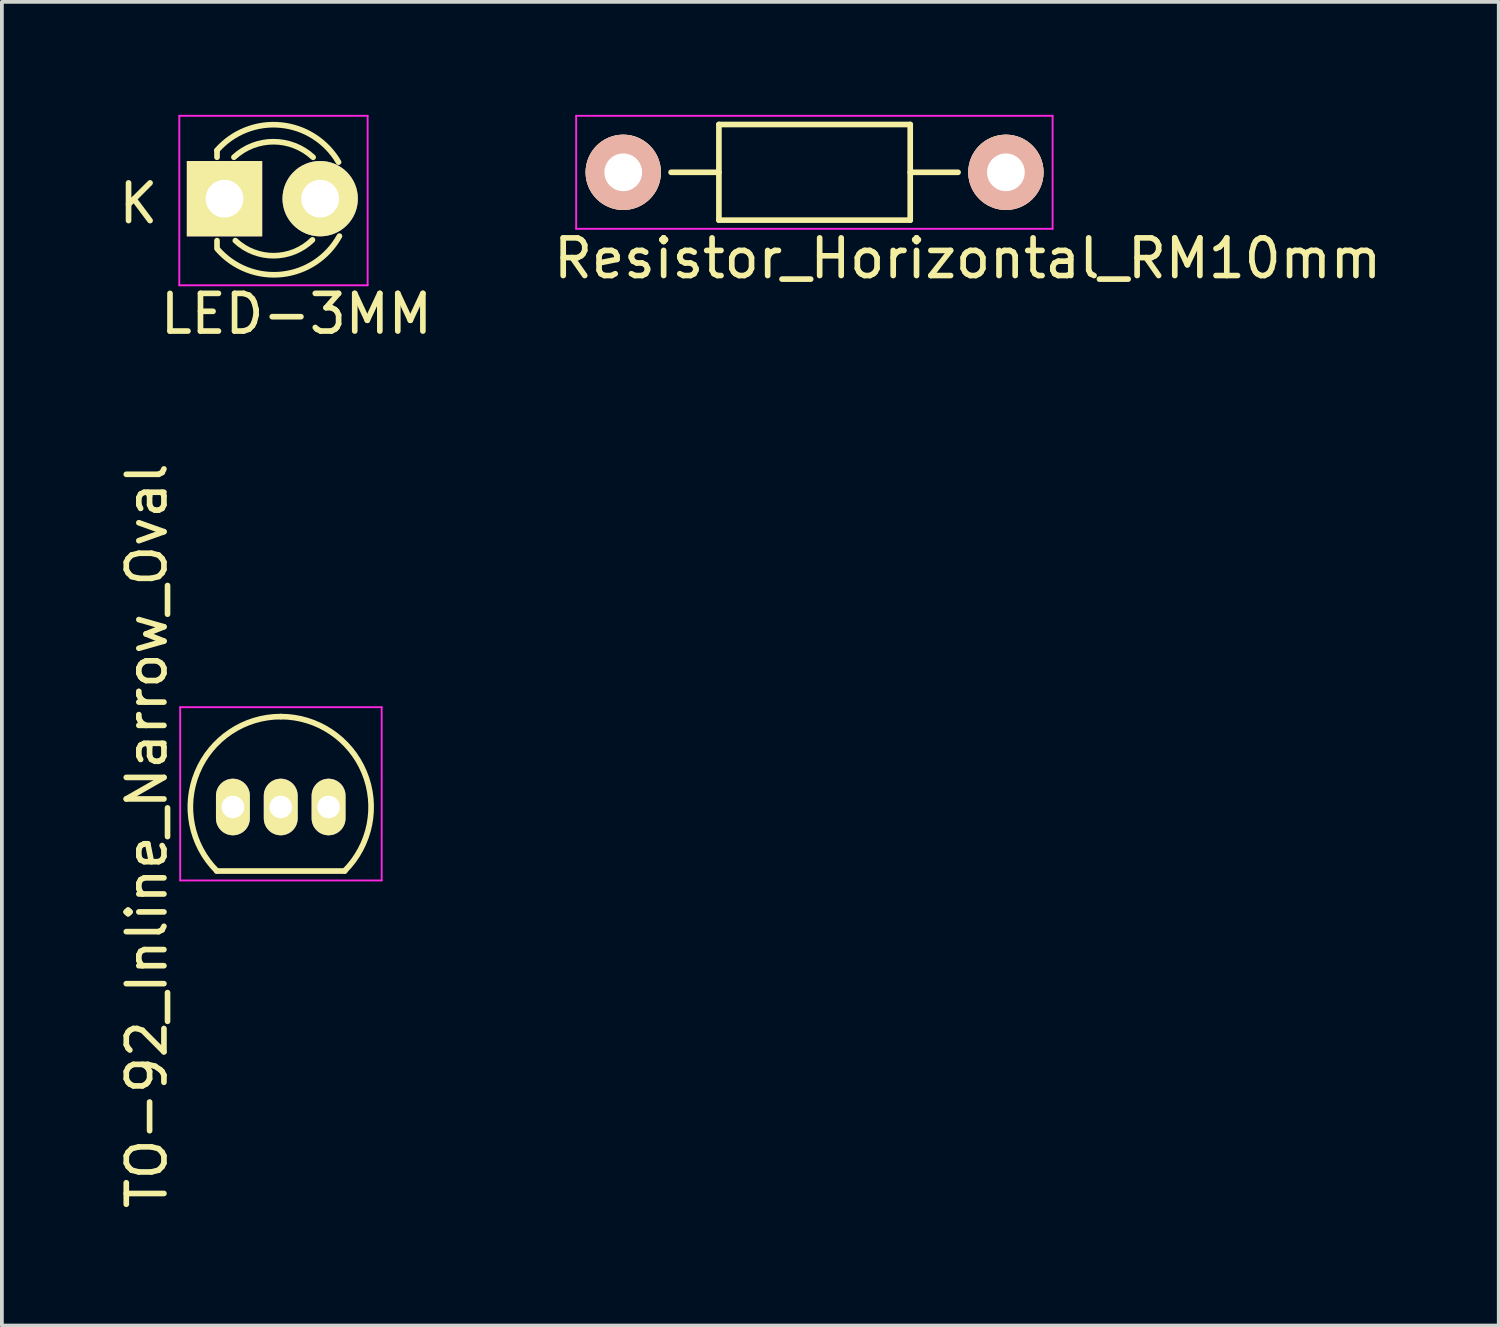
<source format=kicad_pcb>
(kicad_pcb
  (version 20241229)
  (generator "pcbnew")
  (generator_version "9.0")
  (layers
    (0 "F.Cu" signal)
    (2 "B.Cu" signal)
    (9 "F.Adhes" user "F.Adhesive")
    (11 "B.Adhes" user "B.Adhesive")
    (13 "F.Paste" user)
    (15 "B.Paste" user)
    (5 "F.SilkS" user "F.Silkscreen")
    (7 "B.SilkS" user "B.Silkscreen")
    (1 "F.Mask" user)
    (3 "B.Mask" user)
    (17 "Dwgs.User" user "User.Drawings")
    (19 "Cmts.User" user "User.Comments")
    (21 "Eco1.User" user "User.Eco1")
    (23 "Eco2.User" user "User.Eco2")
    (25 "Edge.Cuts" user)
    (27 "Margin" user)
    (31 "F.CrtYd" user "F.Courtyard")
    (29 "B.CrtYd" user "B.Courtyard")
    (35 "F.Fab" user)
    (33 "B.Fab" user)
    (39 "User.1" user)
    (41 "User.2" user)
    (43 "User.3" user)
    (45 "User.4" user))
  (footprint "TO-92_Inline_Narrow_Oval"
    (layer "F.Cu")
    (at 3.134 18.377)
    (property "Reference" "TO-92_Inline_Narrow_Oval" (at -2.286 0.762 90) (layer "F.SilkS") (effects (font (size 1 1) (thickness 0.15))))
    (attr through_hole)
    (fp_line (start -0.43 1.7) (end 2.97 1.7) (stroke (width 0.15) (type solid)) (layer "F.SilkS"))
    (fp_arc (start -0.427056 1.697056) (mid -0.947311 -0.91844) (end 1.27 -2.4) (stroke (width 0.15) (type solid)) (layer "F.SilkS"))
    (fp_arc (start 1.27 -2.4) (mid 3.487311 -0.91844) (end 2.967056 1.697056) (stroke (width 0.15) (type solid)) (layer "F.SilkS"))
    (fp_line (start -1.4 -2.65) (end 3.95 -2.65) (stroke (width 0.05) (type solid)) (layer "F.CrtYd"))
    (fp_line (start -1.4 1.95) (end -1.4 -2.65) (stroke (width 0.05) (type solid)) (layer "F.CrtYd"))
    (fp_line (start -1.4 1.95) (end 3.95 1.95) (stroke (width 0.05) (type solid)) (layer "F.CrtYd"))
    (fp_line (start 3.95 1.95) (end 3.95 -2.65) (stroke (width 0.05) (type solid)) (layer "F.CrtYd"))
    (pad "1" thru_hole oval (at 0 0 180) (size 0.899 1.501) (drill 0.6) (layers "*.Cu" "*.Mask" "F.SilkS"))
    (pad "2" thru_hole oval (at 1.27 0 180) (size 0.899 1.501) (drill 0.6) (layers "*.Cu" "*.Mask" "F.SilkS"))
    (pad "3" thru_hole oval (at 2.54 0 180) (size 0.899 1.501) (drill 0.6) (layers "*.Cu" "*.Mask" "F.SilkS")))
  (footprint "Resistor_Horizontal_RM10mm"
    (layer "F.Cu")
    (at 13.498 1.525)
    (property "Reference" "Resistor_Horizontal_RM10mm" (at 9.144 2.286 0) (layer "F.SilkS") (effects (font (size 1 1) (thickness 0.15))))
    (attr through_hole)
    (fp_line (start 2.54 -1.27) (end 7.62 -1.27) (stroke (width 0.15) (type solid)) (layer "F.SilkS"))
    (fp_line (start 2.54 0) (end 1.27 0) (stroke (width 0.15) (type solid)) (layer "F.SilkS"))
    (fp_line (start 2.54 1.27) (end 2.54 -1.27) (stroke (width 0.15) (type solid)) (layer "F.SilkS"))
    (fp_line (start 7.62 -1.27) (end 7.62 1.27) (stroke (width 0.15) (type solid)) (layer "F.SilkS"))
    (fp_line (start 7.62 0) (end 8.89 0) (stroke (width 0.15) (type solid)) (layer "F.SilkS"))
    (fp_line (start 7.62 1.27) (end 2.54 1.27) (stroke (width 0.15) (type solid)) (layer "F.SilkS"))
    (fp_line (start -1.25 -1.5) (end 11.4 -1.5) (stroke (width 0.05) (type solid)) (layer "F.CrtYd"))
    (fp_line (start -1.25 1.5) (end -1.25 -1.5) (stroke (width 0.05) (type solid)) (layer "F.CrtYd"))
    (fp_line (start -1.25 1.5) (end 11.4 1.5) (stroke (width 0.05) (type solid)) (layer "F.CrtYd"))
    (fp_line (start 11.4 -1.5) (end 11.4 1.5) (stroke (width 0.05) (type solid)) (layer "F.CrtYd"))
    (pad "1" thru_hole circle (at 0 0) (size 1.999 1.999) (drill 1.001) (layers "*.Cu" "*.SilkS" "*.Mask"))
    (pad "2" thru_hole circle (at 10.16 0) (size 1.999 1.999) (drill 1.001) (layers "*.Cu" "*.SilkS" "*.Mask")))
  (footprint "LED-3MM"
    (layer "F.Cu")
    (at 2.911 2.225)
    (property "Reference" "LED-3MM" (at 1.91 3.06 0) (layer "F.SilkS") (effects (font (size 1 1) (thickness 0.15))))
    (attr through_hole)
    (fp_line (start -0.199 -1.28) (end -0.199 -1.1) (stroke (width 0.15) (type solid)) (layer "F.SilkS"))
    (fp_line (start -0.199 1.314) (end -0.199 1.114) (stroke (width 0.15) (type solid)) (layer "F.SilkS"))
    (fp_arc (start -0.199 -1.286) (mid 1.495903 -1.954571) (end 3.028744 -0.969643) (stroke (width 0.15) (type solid)) (layer "F.SilkS"))
    (fp_arc (start 0.25 -1.1) (mid 1.301686 -1.512142) (end 2.353005 -1.099067) (stroke (width 0.15) (type solid)) (layer "F.SilkS"))
    (fp_arc (start 2.335 1.094) (mid 1.31492 1.51473) (end 0.287111 1.113252) (stroke (width 0.15) (type solid)) (layer "F.SilkS"))
    (fp_arc (start 3.051 0.994) (mid 1.522637 2.009958) (end -0.18622 1.340726) (stroke (width 0.15) (type solid)) (layer "F.SilkS"))
    (fp_line (start -1.2 -2.2) (end -1.2 2.3) (stroke (width 0.05) (type solid)) (layer "F.CrtYd"))
    (fp_line (start -1.2 2.3) (end 3.8 2.3) (stroke (width 0.05) (type solid)) (layer "F.CrtYd"))
    (fp_line (start 3.8 -2.2) (end -1.2 -2.2) (stroke (width 0.05) (type solid)) (layer "F.CrtYd"))
    (fp_line (start 3.8 2.3) (end 3.8 -2.2) (stroke (width 0.05) (type solid)) (layer "F.CrtYd"))
    (fp_text user "K" (at -2.286 0.127 0) (layer "F.SilkS") (effects (font (size 1 1) (thickness 0.15))))
    (pad "1" thru_hole rect (at 0 0 90) (size 2 2) (drill 1.001) (layers "*.Cu" "*.Mask" "F.SilkS"))
    (pad "2" thru_hole circle (at 2.54 0) (size 2 2) (drill 1.001) (layers "*.Cu" "*.Mask" "F.SilkS")))
  (gr_rect
    (start -3 -3)
    (end 36.744 32.145)
    (stroke (width 0.1) (type default))
    (fill no)
    (layer "Edge.Cuts")))
</source>
